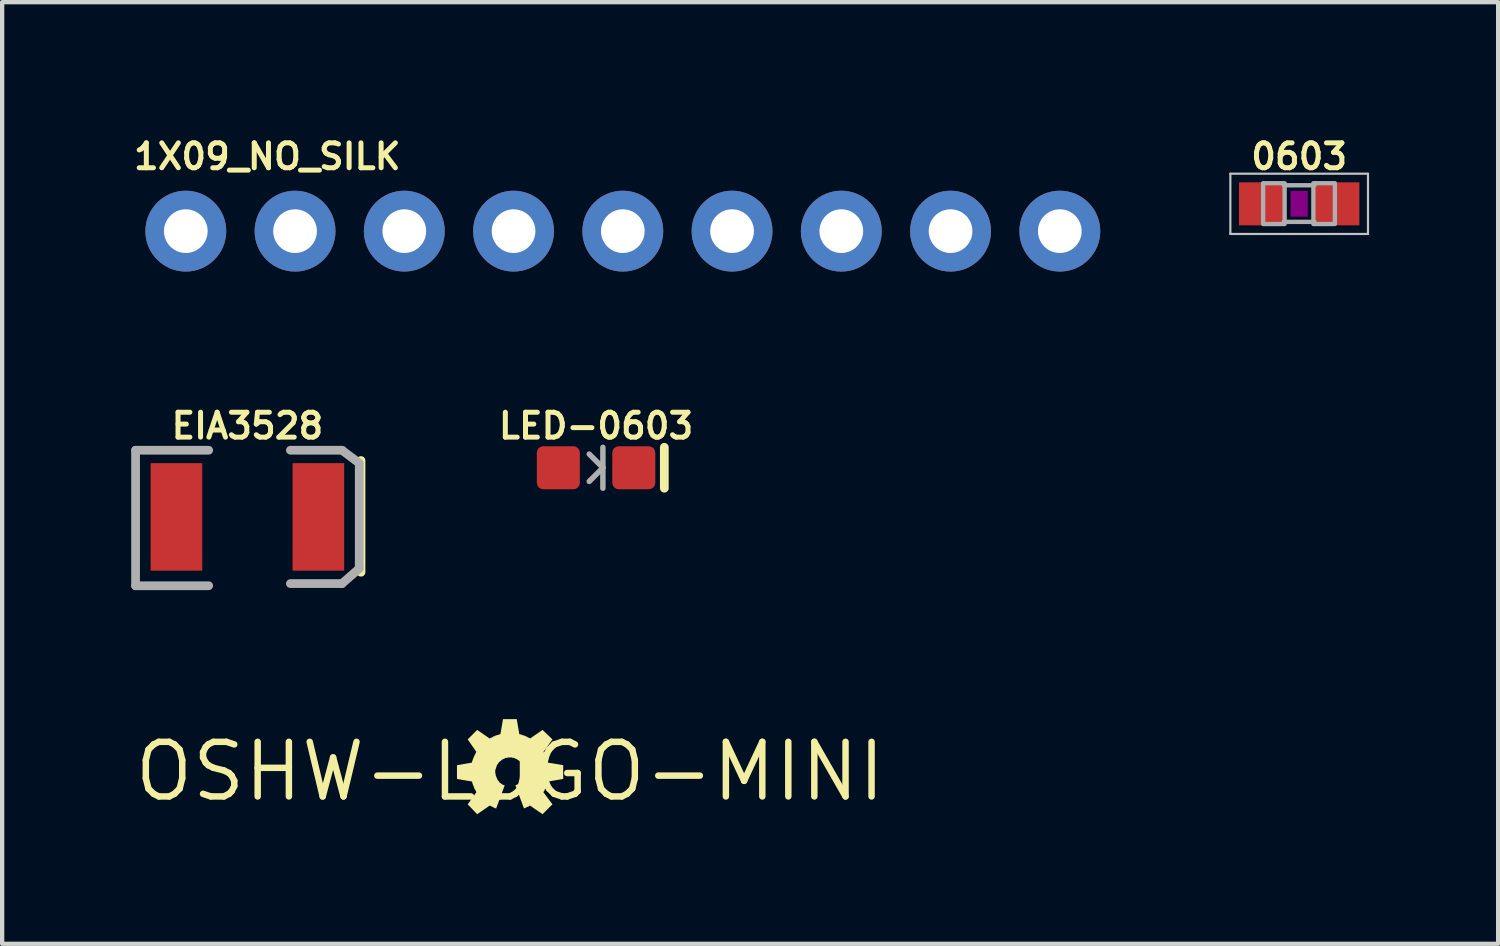
<source format=kicad_pcb>
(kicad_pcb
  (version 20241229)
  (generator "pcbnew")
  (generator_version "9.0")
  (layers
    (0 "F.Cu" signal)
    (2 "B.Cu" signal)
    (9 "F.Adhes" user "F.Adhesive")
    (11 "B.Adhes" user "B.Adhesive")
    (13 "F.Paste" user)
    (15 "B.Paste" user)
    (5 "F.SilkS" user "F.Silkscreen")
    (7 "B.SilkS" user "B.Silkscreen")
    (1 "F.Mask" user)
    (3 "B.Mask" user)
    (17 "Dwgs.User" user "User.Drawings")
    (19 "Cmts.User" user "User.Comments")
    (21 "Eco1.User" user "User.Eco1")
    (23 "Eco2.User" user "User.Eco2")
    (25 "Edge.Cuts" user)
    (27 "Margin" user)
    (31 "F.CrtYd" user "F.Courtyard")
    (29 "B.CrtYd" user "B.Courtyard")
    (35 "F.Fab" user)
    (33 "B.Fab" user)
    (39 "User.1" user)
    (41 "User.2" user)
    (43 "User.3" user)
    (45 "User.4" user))
  (footprint "LED-0603"
    (layer "F.Cu")
    (at 10.808 7.825)
    (property "Reference" "LED-0603" (at 0 -0.635 180) (layer "F.SilkS") (effects (font (size 0.579 0.579) (thickness 0.116)) (justify bottom)))
    (attr through_hole)
    (fp_line (start 1.587 -0.476) (end 1.587 0.476) (stroke (width 0.203) (type solid)) (layer "F.SilkS"))
    (fp_line (start 0.159 -0.476) (end 0.159 0) (stroke (width 0.127) (type solid)) (layer "F.Fab"))
    (fp_line (start 0.159 0) (end -0.159 -0.318) (stroke (width 0.127) (type solid)) (layer "F.Fab"))
    (fp_line (start 0.159 0) (end -0.159 0.318) (stroke (width 0.127) (type solid)) (layer "F.Fab"))
    (fp_line (start 0.159 0) (end 0.159 0.476) (stroke (width 0.127) (type solid)) (layer "F.Fab"))
    (pad "A" smd roundrect (at -0.877 0 270) (size 1 1) (layers "F.Cu" "F.Mask" "F.Paste") (roundrect_rratio 0.15))
    (pad "C" smd roundrect (at 0.877 0 270) (size 1 1) (layers "F.Cu" "F.Mask" "F.Paste") (roundrect_rratio 0.15)))
  (footprint "OSHW-LOGO-MINI"
    (layer "F.Cu")
    (at 8.807 14.887)
    (property "Reference" "OSHW-LOGO-MINI" (at 0 0 0) (layer "F.SilkS") (effects (font (size 1.27 1.27) (thickness 0.15))))
    (attr through_hole)
    (fp_poly (pts (xy 1.237 0.173) (xy 1.237 -0.147) (xy 0.877 -0.207) (xy 0.877 -0.247) (xy 0.867 -0.257) (xy 0.867 -0.277) (xy 0.857 -0.287) (xy 0.847 -0.307) (xy 0.847 -0.327) (xy 0.837 -0.337) (xy 0.837 -0.357) (xy 0.827 -0.367) (xy 0.817 -0.387) (xy 0.807 -0.397) (xy 0.807 -0.417) (xy 0.797 -0.427) (xy 0.787 -0.447) (xy 0.777 -0.457) (xy 0.987 -0.747) (xy 0.757 -0.967) (xy 0.467 -0.767) (xy 0.457 -0.777) (xy 0.437 -0.787) (xy 0.427 -0.787) (xy 0.407 -0.797) (xy 0.397 -0.807) (xy 0.377 -0.817) (xy 0.367 -0.817) (xy 0.347 -0.827) (xy 0.337 -0.837) (xy 0.317 -0.837) (xy 0.297 -0.847) (xy 0.287 -0.847) (xy 0.267 -0.857) (xy 0.257 -0.857) (xy 0.237 -0.867) (xy 0.217 -0.867) (xy 0.157 -1.217) (xy -0.163 -1.217) (xy -0.223 -0.867) (xy -0.233 -0.867) (xy -0.253 -0.857) (xy -0.273 -0.857) (xy -0.283 -0.847) (xy -0.303 -0.847) (xy -0.323 -0.837) (xy -0.333 -0.837) (xy -0.353 -0.827) (xy -0.363 -0.817) (xy -0.383 -0.817) (xy -0.393 -0.807) (xy -0.413 -0.797) (xy -0.423 -0.787) (xy -0.443 -0.787) (xy -0.453 -0.777) (xy -0.473 -0.767) (xy -0.763 -0.967) (xy -0.983 -0.747) (xy -0.783 -0.457) (xy -0.793 -0.447) (xy -0.793 -0.427) (xy -0.803 -0.417) (xy -0.813 -0.397) (xy -0.823 -0.387) (xy -0.823 -0.367) (xy -0.833 -0.357) (xy -0.843 -0.337) (xy -0.843 -0.327) (xy -0.863 -0.287) (xy -0.863 -0.277) (xy -0.873 -0.257) (xy -0.873 -0.247) (xy -0.883 -0.227) (xy -0.883 -0.207) (xy -1.233 -0.147) (xy -1.233 0.173) (xy -0.883 0.233) (xy -0.883 0.243) (xy -0.873 0.263) (xy -0.873 0.283) (xy -0.863 0.293) (xy -0.863 0.313) (xy -0.853 0.323) (xy -0.843 0.343) (xy -0.843 0.363) (xy -0.833 0.373) (xy -0.833 0.393) (xy -0.823 0.403) (xy -0.813 0.423) (xy -0.803 0.433) (xy -0.793 0.453) (xy -0.793 0.463) (xy -0.783 0.483) (xy -0.983 0.763) (xy -0.763 0.993) (xy -0.473 0.793) (xy -0.463 0.793) (xy -0.453 0.803) (xy -0.443 0.803) (xy -0.433 0.813) (xy -0.423 0.813) (xy -0.413 0.823) (xy -0.403 0.823) (xy -0.393 0.833) (xy -0.383 0.833) (xy -0.373 0.843) (xy -0.363 0.843) (xy -0.353 0.853) (xy -0.333 0.853) (xy -0.323 0.863) (xy -0.123 0.323) (xy -0.153 0.313) (xy -0.193 0.293) (xy -0.213 0.273) (xy -0.233 0.263) (xy -0.253 0.243) (xy -0.263 0.223) (xy -0.283 0.203) (xy -0.303 0.163) (xy -0.313 0.133) (xy -0.333 0.093) (xy -0.333 0.063) (xy -0.343 0.033) (xy -0.343 -0.027) (xy -0.303 -0.147) (xy -0.263 -0.207) (xy -0.243 -0.227) (xy -0.213 -0.247) (xy -0.193 -0.267) (xy -0.163 -0.287) (xy -0.133 -0.297) (xy -0.103 -0.317) (xy -0.073 -0.317) (xy -0.033 -0.327) (xy 0.037 -0.327) (xy 0.067 -0.317) (xy 0.097 -0.317) (xy 0.127 -0.297) (xy 0.157 -0.287) (xy 0.217 -0.247) (xy 0.257 -0.207) (xy 0.297 -0.147) (xy 0.307 -0.117) (xy 0.327 -0.087) (xy 0.327 -0.057) (xy 0.337 -0.027) (xy 0.337 0.063) (xy 0.327 0.093) (xy 0.327 0.113) (xy 0.317 0.133) (xy 0.307 0.163) (xy 0.297 0.183) (xy 0.277 0.203) (xy 0.267 0.223) (xy 0.227 0.263) (xy 0.207 0.273) (xy 0.187 0.293) (xy 0.127 0.323) (xy 0.327 0.863) (xy 0.327 0.853) (xy 0.347 0.853) (xy 0.357 0.843) (xy 0.367 0.843) (xy 0.377 0.833) (xy 0.387 0.833) (xy 0.397 0.823) (xy 0.417 0.823) (xy 0.427 0.813) (xy 0.437 0.813) (xy 0.457 0.793) (xy 0.467 0.793) (xy 0.757 0.993) (xy 0.987 0.763) (xy 0.777 0.483) (xy 0.787 0.463) (xy 0.797 0.453) (xy 0.807 0.433) (xy 0.807 0.423) (xy 0.817 0.403) (xy 0.827 0.393) (xy 0.837 0.373) (xy 0.837 0.363) (xy 0.857 0.323) (xy 0.857 0.313) (xy 0.867 0.293) (xy 0.867 0.283) (xy 0.877 0.263) (xy 0.877 0.243) (xy 0.887 0.233)) (stroke (width 0) (type solid)) (fill yes) (layer "F.SilkS")))
  (footprint "1X09_NO_SILK"
    (layer "F.Cu")
    (at 1.27 2.324)
    (property "Reference" "1X09_NO_SILK" (at -1.27 -1.397 180) (layer "F.SilkS") (effects (font (size 0.579 0.579) (thickness 0.116)) (justify left bottom)))
    (attr through_hole)
    (fp_poly (pts (xy -0.254 0.254) (xy 0.254 0.254) (xy 0.254 -0.254) (xy -0.254 -0.254)) (stroke (width 0.1) (type solid)) (fill no) (layer "F.Fab"))
    (fp_poly (pts (xy 2.286 0.254) (xy 2.794 0.254) (xy 2.794 -0.254) (xy 2.286 -0.254)) (stroke (width 0.1) (type solid)) (fill no) (layer "F.Fab"))
    (fp_poly (pts (xy 4.826 0.254) (xy 5.334 0.254) (xy 5.334 -0.254) (xy 4.826 -0.254)) (stroke (width 0.1) (type solid)) (fill no) (layer "F.Fab"))
    (fp_poly (pts (xy 7.366 0.254) (xy 7.874 0.254) (xy 7.874 -0.254) (xy 7.366 -0.254)) (stroke (width 0.1) (type solid)) (fill no) (layer "F.Fab"))
    (fp_poly (pts (xy 9.906 0.254) (xy 10.414 0.254) (xy 10.414 -0.254) (xy 9.906 -0.254)) (stroke (width 0.1) (type solid)) (fill no) (layer "F.Fab"))
    (fp_poly (pts (xy 12.446 0.254) (xy 12.954 0.254) (xy 12.954 -0.254) (xy 12.446 -0.254)) (stroke (width 0.1) (type solid)) (fill no) (layer "F.Fab"))
    (fp_poly (pts (xy 14.986 0.254) (xy 15.494 0.254) (xy 15.494 -0.254) (xy 14.986 -0.254)) (stroke (width 0.1) (type solid)) (fill no) (layer "F.Fab"))
    (fp_poly (pts (xy 17.526 0.254) (xy 18.034 0.254) (xy 18.034 -0.254) (xy 17.526 -0.254)) (stroke (width 0.1) (type solid)) (fill no) (layer "F.Fab"))
    (fp_poly (pts (xy 20.066 0.254) (xy 20.574 0.254) (xy 20.574 -0.254) (xy 20.066 -0.254)) (stroke (width 0.1) (type solid)) (fill no) (layer "F.Fab"))
    (pad "1" thru_hole circle (at 0 0 90) (size 1.88 1.88) (drill 1.016) (layers "*.Cu" "*.Mask"))
    (pad "2" thru_hole circle (at 2.54 0 90) (size 1.88 1.88) (drill 1.016) (layers "*.Cu" "*.Mask"))
    (pad "3" thru_hole circle (at 5.08 0 90) (size 1.88 1.88) (drill 1.016) (layers "*.Cu" "*.Mask"))
    (pad "4" thru_hole circle (at 7.62 0 90) (size 1.88 1.88) (drill 1.016) (layers "*.Cu" "*.Mask"))
    (pad "5" thru_hole circle (at 10.16 0 90) (size 1.88 1.88) (drill 1.016) (layers "*.Cu" "*.Mask"))
    (pad "6" thru_hole circle (at 12.7 0 90) (size 1.88 1.88) (drill 1.016) (layers "*.Cu" "*.Mask"))
    (pad "7" thru_hole circle (at 15.24 0 90) (size 1.88 1.88) (drill 1.016) (layers "*.Cu" "*.Mask"))
    (pad "8" thru_hole circle (at 17.78 0 90) (size 1.88 1.88) (drill 1.016) (layers "*.Cu" "*.Mask"))
    (pad "9" thru_hole circle (at 20.32 0 90) (size 1.88 1.88) (drill 1.016) (layers "*.Cu" "*.Mask")))
  (footprint "EIA3528"
    (layer "F.Cu")
    (at 2.702 8.968)
    (property "Reference" "EIA3528" (at 0 -1.778 180) (layer "F.SilkS") (effects (font (size 0.579 0.579) (thickness 0.116)) (justify bottom)))
    (attr through_hole)
    (fp_line (start 2.641 -1.311) (end 2.641 1.286) (stroke (width 0.203) (type solid)) (layer "F.SilkS"))
    (fp_line (start -2.6 -1.55) (end -0.9 -1.55) (stroke (width 0.203) (type solid)) (layer "F.Fab"))
    (fp_line (start -2.6 1.6) (end -2.6 -1.55) (stroke (width 0.203) (type solid)) (layer "F.Fab"))
    (fp_line (start -0.9 1.6) (end -2.6 1.6) (stroke (width 0.203) (type solid)) (layer "F.Fab"))
    (fp_line (start 1 1.55) (end 2.2 1.55) (stroke (width 0.203) (type solid)) (layer "F.Fab"))
    (fp_line (start 2.2 -1.55) (end 1 -1.55) (stroke (width 0.203) (type solid)) (layer "F.Fab"))
    (fp_line (start 2.2 1.55) (end 2.6 1.2) (stroke (width 0.203) (type solid)) (layer "F.Fab"))
    (fp_line (start 2.6 -1.25) (end 2.2 -1.55) (stroke (width 0.203) (type solid)) (layer "F.Fab"))
    (fp_line (start 2.6 1.2) (end 2.6 -1.25) (stroke (width 0.203) (type solid)) (layer "F.Fab"))
    (pad "A" smd rect (at 1.65 0 90) (size 2.5 1.2) (layers "F.Cu" "F.Mask" "F.Paste"))
    (pad "C" smd rect (at -1.65 0 90) (size 2.5 1.2) (layers "F.Cu" "F.Mask" "F.Paste")))
  (footprint "0603"
    (layer "F.Cu")
    (at 27.155 1.689)
    (property "Reference" "0603" (at 0 -0.762 0) (layer "F.SilkS") (effects (font (size 0.579 0.579) (thickness 0.116)) (justify bottom)))
    (attr through_hole)
    (fp_poly (pts (xy -0.2 0.3) (xy 0.2 0.3) (xy 0.2 -0.3) (xy -0.2 -0.3)) (stroke (width 0) (type solid)) (fill yes) (layer "F.Adhes"))
    (fp_line (start -1.6 -0.7) (end 1.6 -0.7) (stroke (width 0.051) (type solid)) (layer "Dwgs.User"))
    (fp_line (start -1.6 0.7) (end -1.6 -0.7) (stroke (width 0.051) (type solid)) (layer "Dwgs.User"))
    (fp_line (start 1.6 -0.7) (end 1.6 0.7) (stroke (width 0.051) (type solid)) (layer "Dwgs.User"))
    (fp_line (start 1.6 0.7) (end -1.6 0.7) (stroke (width 0.051) (type solid)) (layer "Dwgs.User"))
    (fp_line (start -0.356 -0.432) (end 0.356 -0.432) (stroke (width 0.102) (type solid)) (layer "F.Fab"))
    (fp_line (start -0.356 0.419) (end 0.356 0.419) (stroke (width 0.102) (type solid)) (layer "F.Fab"))
    (fp_poly (pts (xy -0.838 0.47) (xy -0.338 0.47) (xy -0.338 -0.48) (xy -0.838 -0.48)) (stroke (width 0.1) (type solid)) (fill no) (layer "F.Fab"))
    (fp_poly (pts (xy 0.33 0.47) (xy 0.83 0.47) (xy 0.83 -0.48) (xy 0.33 -0.48)) (stroke (width 0.1) (type solid)) (fill no) (layer "F.Fab"))
    (pad "1" smd rect (at -0.85 0) (size 1.1 1) (layers "F.Cu" "F.Mask" "F.Paste"))
    (pad "2" smd rect (at 0.85 0) (size 1.1 1) (layers "F.Cu" "F.Mask" "F.Paste")))
  (gr_rect
    (start -3 -3)
    (end 31.781 18.893)
    (stroke (width 0.1) (type default))
    (fill no)
    (layer "Edge.Cuts")))
</source>
